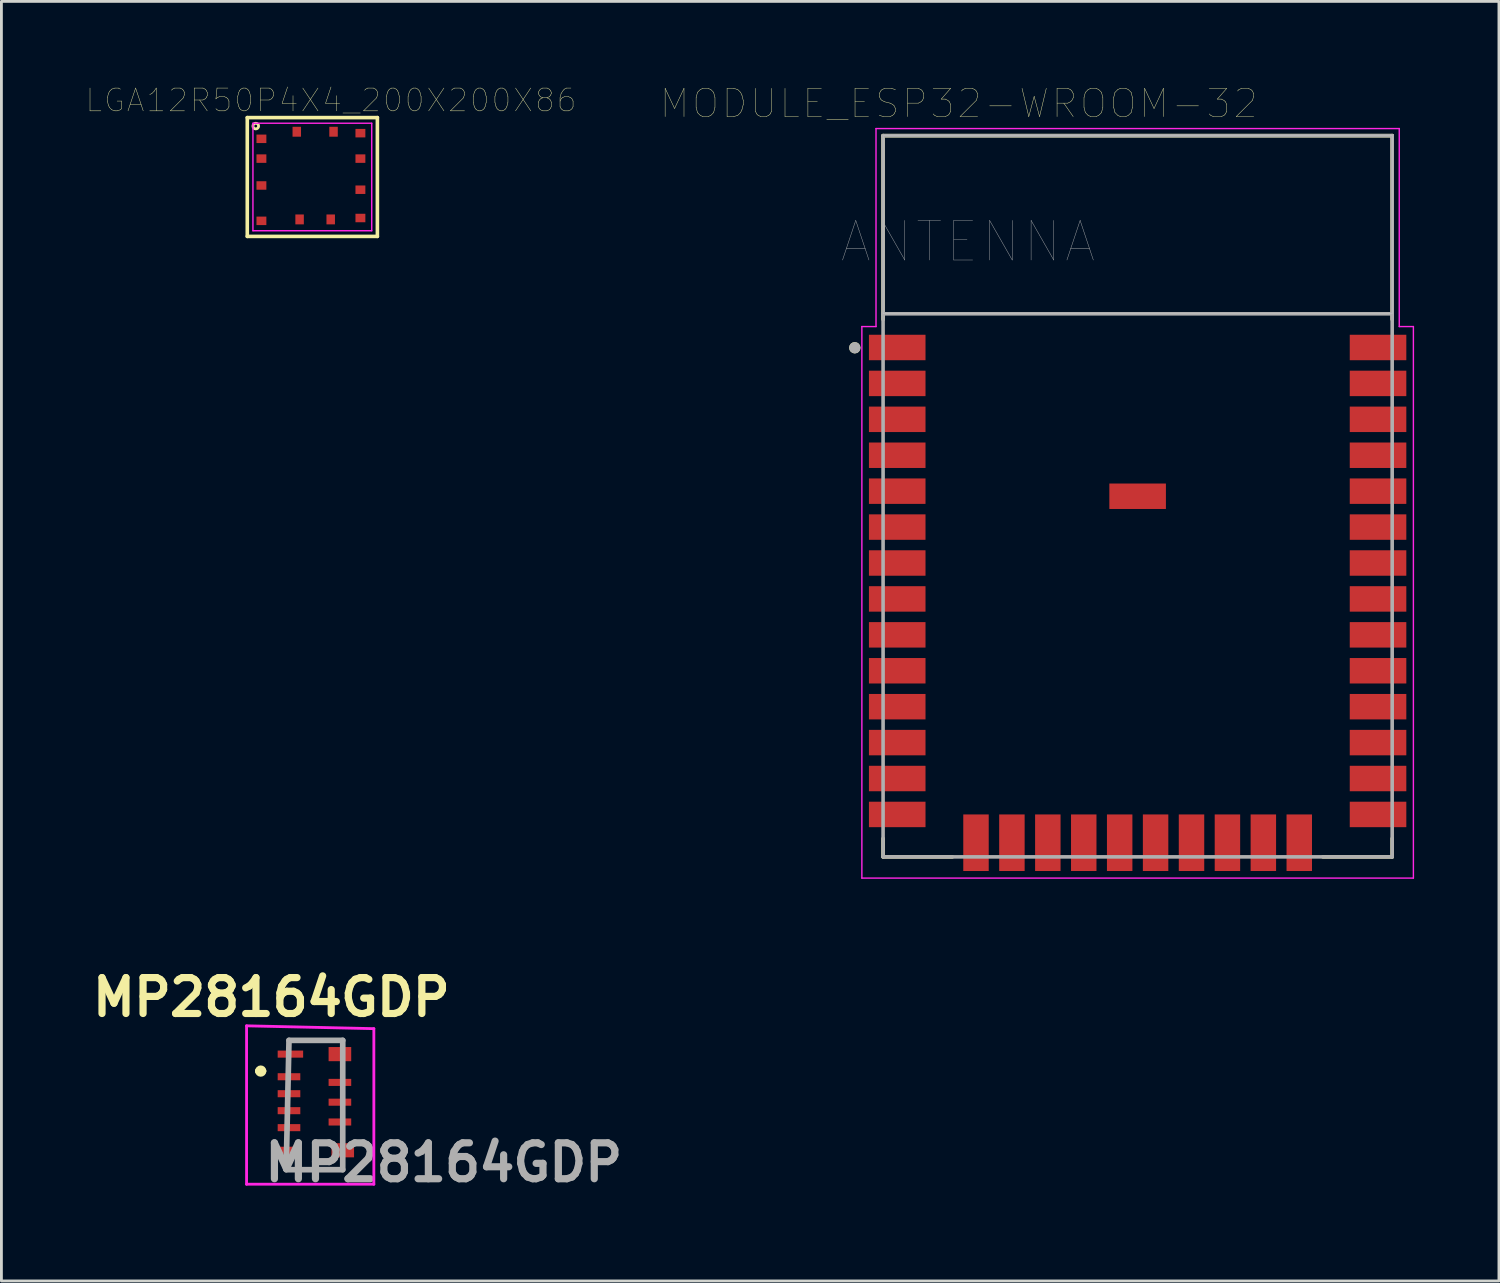
<source format=kicad_pcb>
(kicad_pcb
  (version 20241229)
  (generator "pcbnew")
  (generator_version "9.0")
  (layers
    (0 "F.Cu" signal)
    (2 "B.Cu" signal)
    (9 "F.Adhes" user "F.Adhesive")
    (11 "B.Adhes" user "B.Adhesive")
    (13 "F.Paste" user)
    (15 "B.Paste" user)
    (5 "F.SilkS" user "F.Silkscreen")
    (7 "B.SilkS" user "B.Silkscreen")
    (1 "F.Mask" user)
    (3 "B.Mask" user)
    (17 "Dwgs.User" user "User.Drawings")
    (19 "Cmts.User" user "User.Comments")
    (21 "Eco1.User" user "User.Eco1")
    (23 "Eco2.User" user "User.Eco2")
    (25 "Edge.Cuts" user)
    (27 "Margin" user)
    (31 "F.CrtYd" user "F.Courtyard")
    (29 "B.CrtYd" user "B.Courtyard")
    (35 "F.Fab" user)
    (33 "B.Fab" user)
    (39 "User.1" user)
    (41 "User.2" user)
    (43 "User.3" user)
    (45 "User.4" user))
  (footprint "LGA12R50P4X4_200X200X86"
    (layer "F.Cu")
    (at 8.193 3.108)
    (property "Reference" "LGA12R50P4X4_200X200X86" (at 0.46 -2.611 0) (layer "F.SilkS") (effects (font (size 0.806 0.806) (thickness 0.015))))
    (attr through_hole)
    (fp_poly (pts (xy -2.946 1.46) (xy -1.78 1.46) (xy -1.78 2.509) (xy -2.946 2.509)) (stroke (width 0.01) (type solid)) (fill yes) (layer "F.Mask"))
    (fp_poly (pts (xy -2.904 -0.74) (xy -1.78 -0.74) (xy -1.78 -0.4) (xy -2.904 -0.4)) (stroke (width 0.01) (type solid)) (fill yes) (layer "F.Mask"))
    (fp_poly (pts (xy -2.893 -1.44) (xy -1.78 -1.44) (xy -1.78 -1.429) (xy -2.893 -1.429)) (stroke (width 0.01) (type solid)) (fill yes) (layer "F.Mask"))
    (fp_poly (pts (xy -2.863 0.06) (xy -1.78 0.06) (xy -1.78 0.717) (xy -2.863 0.717)) (stroke (width 0.01) (type solid)) (fill yes) (layer "F.Mask"))
    (fp_poly (pts (xy -1.29 -1.69) (xy -0.53 -1.69) (xy -0.53 -1.726) (xy -1.29 -1.726)) (stroke (width 0.01) (type solid)) (fill yes) (layer "F.Mask"))
    (fp_poly (pts (xy -1.186 1.41) (xy -0.43 1.41) (xy -0.43 2.457) (xy -1.186 2.457)) (stroke (width 0.01) (type solid)) (fill yes) (layer "F.Mask"))
    (fp_poly (pts (xy 0.25 1.41) (xy 0.67 1.41) (xy 0.67 2.442) (xy 0.25 2.442)) (stroke (width 0.01) (type solid)) (fill yes) (layer "F.Mask"))
    (fp_poly (pts (xy 0.35 -1.69) (xy 0.77 -1.69) (xy 0.77 -1.72) (xy 0.35 -1.72)) (stroke (width 0.01) (type solid)) (fill yes) (layer "F.Mask"))
    (fp_poly (pts (xy 1.658 -0.74) (xy 1.72 -0.74) (xy 1.72 -0.399) (xy 1.658 -0.399)) (stroke (width 0.01) (type solid)) (fill yes) (layer "F.Mask"))
    (fp_poly (pts (xy 1.671 -1.64) (xy 1.72 -1.64) (xy 1.72 -1.638) (xy 1.671 -1.638)) (stroke (width 0.01) (type solid)) (fill yes) (layer "F.Mask"))
    (fp_poly (pts (xy 1.682 0.36) (xy 1.72 0.36) (xy 1.72 1.045) (xy 1.682 1.045)) (stroke (width 0.01) (type solid)) (fill yes) (layer "F.Mask"))
    (fp_poly (pts (xy 1.687 1.36) (xy 1.72 1.36) (xy 1.72 2.4) (xy 1.687 2.4)) (stroke (width 0.01) (type solid)) (fill yes) (layer "F.Mask"))
    (fp_line (start -2.5 -2) (end 2.1 -2) (stroke (width 0.127) (type solid)) (layer "F.SilkS"))
    (fp_line (start -2.5 2.2) (end -2.5 -2) (stroke (width 0.127) (type solid)) (layer "F.SilkS"))
    (fp_line (start 2.1 -2) (end 2.1 2.2) (stroke (width 0.127) (type solid)) (layer "F.SilkS"))
    (fp_line (start 2.1 2.2) (end -2.5 2.2) (stroke (width 0.127) (type solid)) (layer "F.SilkS"))
    (fp_circle (center -2.2 -1.7) (end -2.1 -1.7) (stroke (width 0.1) (type solid)) (fill no) (layer "F.SilkS"))
    (fp_line (start -2.3 -1.8) (end 1.9 -1.8) (stroke (width 0.05) (type solid)) (layer "F.CrtYd"))
    (fp_line (start -2.3 2) (end -2.3 -1.8) (stroke (width 0.05) (type solid)) (layer "F.CrtYd"))
    (fp_line (start 1.9 -1.8) (end 1.9 2) (stroke (width 0.05) (type solid)) (layer "F.CrtYd"))
    (fp_line (start 1.9 2) (end -2.3 2) (stroke (width 0.05) (type solid)) (layer "F.CrtYd"))
    (pad "1" smd rect (at -2 -1.25) (size 0.35 0.3) (layers "F.Cu" "F.Paste"))
    (pad "2" smd rect (at -2 -0.55) (size 0.35 0.3) (layers "F.Cu" "F.Paste"))
    (pad "3" smd rect (at -2 0.4) (size 0.35 0.3) (layers "F.Cu" "F.Paste"))
    (pad "4" smd rect (at -2 1.65) (size 0.35 0.3) (layers "F.Cu" "F.Paste"))
    (pad "5" smd rect (at -0.65 1.6) (size 0.3 0.35) (layers "F.Cu" "F.Paste"))
    (pad "6" smd rect (at 0.45 1.6) (size 0.3 0.35) (layers "F.Cu" "F.Paste"))
    (pad "7" smd rect (at 1.5 1.55) (size 0.35 0.3) (layers "F.Cu" "F.Paste"))
    (pad "8" smd rect (at 1.5 0.55) (size 0.35 0.3) (layers "F.Cu" "F.Paste"))
    (pad "9" smd rect (at 1.5 -0.55) (size 0.35 0.3) (layers "F.Cu" "F.Paste"))
    (pad "10" smd rect (at 1.5 -1.45) (size 0.35 0.3) (layers "F.Cu" "F.Paste"))
    (pad "11" smd rect (at 0.55 -1.5) (size 0.3 0.35) (layers "F.Cu" "F.Paste"))
    (pad "12" smd rect (at -0.75 -1.5) (size 0.3 0.35) (layers "F.Cu" "F.Paste")))
  (footprint "MP28164GDP"
    (layer "F.Cu")
    (at 8.068 36.02)
    (property "Reference" "MP28164GDP" (at -1.524 -3.81 0) (layer "F.SilkS") (effects (font (size 1.27 1.27) (thickness 0.254))))
    (attr smd)
    (fp_line (start -2 -1.2) (end -2 -1.2) (stroke (width 0.2) (type solid)) (layer "F.SilkS"))
    (fp_line (start -1.9 -1.2) (end -1.9 -1.2) (stroke (width 0.2) (type solid)) (layer "F.SilkS"))
    (fp_arc (start -2 -1.2) (mid -1.9 -1.3) (end -1.8 -1.2) (stroke (width 0.2) (type solid)) (layer "F.SilkS"))
    (fp_arc (start -1.8 -1.2) (mid -1.9 -1.1) (end -2 -1.2) (stroke (width 0.2) (type solid)) (layer "F.SilkS"))
    (fp_line (start -2.4 -2.8) (end 2.1 -2.7) (stroke (width 0.1) (type solid)) (layer "F.CrtYd"))
    (fp_line (start -2.4 2.8) (end -2.4 -2.8) (stroke (width 0.1) (type solid)) (layer "F.CrtYd"))
    (fp_line (start 2.1 -2.7) (end 2.1 2.8) (stroke (width 0.1) (type solid)) (layer "F.CrtYd"))
    (fp_line (start 2.1 2.8) (end -2.4 2.8) (stroke (width 0.1) (type solid)) (layer "F.CrtYd"))
    (fp_line (start -1 2.286) (end -0.9 -2.286) (stroke (width 0.2) (type solid)) (layer "F.Fab"))
    (fp_line (start -0.9 -2.286) (end 1 -2.286) (stroke (width 0.2) (type solid)) (layer "F.Fab"))
    (fp_line (start 1 -2.286) (end 1 2.286) (stroke (width 0.2) (type solid)) (layer "F.Fab"))
    (fp_line (start 1 2.286) (end -1 2.286) (stroke (width 0.2) (type solid)) (layer "F.Fab"))
    (fp_text user "${REFERENCE}" (at 4.572 2.032 0) (layer "F.Fab") (effects (font (size 1.27 1.27) (thickness 0.254))))
    (pad "1" smd rect (at -0.85 -1.8 90) (size 0.25 0.9) (layers "F.Cu" "F.Mask" "F.Paste"))
    (pad "2" smd rect (at -0.9 -1 90) (size 0.25 0.8) (layers "F.Cu" "F.Mask" "F.Paste"))
    (pad "3" smd rect (at -0.9 -0.4 90) (size 0.25 0.8) (layers "F.Cu" "F.Mask" "F.Paste"))
    (pad "4" smd rect (at -0.9 0.2 90) (size 0.25 0.8) (layers "F.Cu" "F.Mask" "F.Paste"))
    (pad "5" smd rect (at -0.9 0.8 90) (size 0.25 0.8) (layers "F.Cu" "F.Mask" "F.Paste"))
    (pad "6" smd rect (at -0.9 1.6 90) (size 0.25 0.8) (layers "F.Cu" "F.Mask" "F.Paste"))
    (pad "7" smd rect (at 1 1.6 90) (size 0.5 0.8) (layers "F.Cu" "F.Mask" "F.Paste"))
    (pad "8" smd rect (at 0.9 0.6 90) (size 0.25 0.8) (layers "F.Cu" "F.Mask" "F.Paste"))
    (pad "9" smd rect (at 0.9 -0.1 90) (size 0.25 0.8) (layers "F.Cu" "F.Mask" "F.Paste"))
    (pad "10" smd rect (at 0.9 -0.8 90) (size 0.25 0.8) (layers "F.Cu" "F.Mask" "F.Paste"))
    (pad "11" smd rect (at 0.9 -1.8 90) (size 0.5 0.8) (layers "F.Cu" "F.Mask" "F.Paste")))
  (footprint "MODULE_ESP32-WROOM-32"
    (layer "F.Cu")
    (at 37.173 14.496)
    (property "Reference" "MODULE_ESP32-WROOM-32" (at -6.325 -13.885 0) (layer "F.SilkS") (effects (font (size 1 1) (thickness 0.015))))
    (attr through_hole)
    (fp_line (start -9 -12.75) (end 9 -12.75) (stroke (width 0.127) (type solid)) (layer "F.SilkS"))
    (fp_line (start -9 -6.25) (end -9 -12.75) (stroke (width 0.127) (type solid)) (layer "F.SilkS"))
    (fp_line (start -9 12.1) (end -9 12.75) (stroke (width 0.127) (type solid)) (layer "F.SilkS"))
    (fp_line (start -9 12.75) (end -6.55 12.75) (stroke (width 0.127) (type solid)) (layer "F.SilkS"))
    (fp_line (start 6.55 12.75) (end 9 12.75) (stroke (width 0.127) (type solid)) (layer "F.SilkS"))
    (fp_line (start 9 -12.75) (end 9 -6.25) (stroke (width 0.127) (type solid)) (layer "F.SilkS"))
    (fp_line (start 9 12.75) (end 9 12.1) (stroke (width 0.127) (type solid)) (layer "F.SilkS"))
    (fp_circle (center -10 -5.25) (end -9.9 -5.25) (stroke (width 0.2) (type solid)) (fill no) (layer "F.SilkS"))
    (fp_poly (pts (xy -9 -12.75) (xy 9 -12.75) (xy 9 -6.45) (xy -9 -6.45)) (stroke (width 0.01) (type solid)) (fill no) (layer "Dwgs.User"))
    (fp_poly (pts (xy -9 -12.75) (xy 9 -12.75) (xy 9 -6.45) (xy -9 -6.45)) (stroke (width 0.01) (type solid)) (fill no) (layer "Dwgs.User"))
    (fp_line (start -9.75 -6) (end -9.25 -6) (stroke (width 0.05) (type solid)) (layer "F.CrtYd"))
    (fp_line (start -9.75 13.5) (end -9.75 -6) (stroke (width 0.05) (type solid)) (layer "F.CrtYd"))
    (fp_line (start -9.25 -13) (end 9.25 -13) (stroke (width 0.05) (type solid)) (layer "F.CrtYd"))
    (fp_line (start -9.25 -6) (end -9.25 -13) (stroke (width 0.05) (type solid)) (layer "F.CrtYd"))
    (fp_line (start 9.25 -13) (end 9.25 -6) (stroke (width 0.05) (type solid)) (layer "F.CrtYd"))
    (fp_line (start 9.25 -6) (end 9.75 -6) (stroke (width 0.05) (type solid)) (layer "F.CrtYd"))
    (fp_line (start 9.75 -6) (end 9.75 13.5) (stroke (width 0.05) (type solid)) (layer "F.CrtYd"))
    (fp_line (start 9.75 13.5) (end -9.75 13.5) (stroke (width 0.05) (type solid)) (layer "F.CrtYd"))
    (fp_line (start -9 -12.75) (end -9 -6.45) (stroke (width 0.127) (type solid)) (layer "F.Fab"))
    (fp_line (start -9 -12.75) (end 9 -12.75) (stroke (width 0.127) (type solid)) (layer "F.Fab"))
    (fp_line (start -9 -6.45) (end 9 -6.45) (stroke (width 0.127) (type solid)) (layer "F.Fab"))
    (fp_line (start -9 12.75) (end -9 -6.45) (stroke (width 0.127) (type solid)) (layer "F.Fab"))
    (fp_line (start 9 -12.75) (end 9 -6.45) (stroke (width 0.127) (type solid)) (layer "F.Fab"))
    (fp_line (start 9 -6.45) (end 9 12.75) (stroke (width 0.127) (type solid)) (layer "F.Fab"))
    (fp_line (start 9 12.75) (end -9 12.75) (stroke (width 0.127) (type solid)) (layer "F.Fab"))
    (fp_circle (center -10 -5.25) (end -9.9 -5.25) (stroke (width 0.2) (type solid)) (fill no) (layer "F.Fab"))
    (fp_text user "ANTENNA" (at -6 -9 0) (layer "F.Fab") (effects (font (size 1.4 1.4) (thickness 0.015))))
    (pad "1" smd rect (at -8.5 -5.26) (size 2 0.9) (layers "F.Cu" "F.Mask" "F.Paste"))
    (pad "2" smd rect (at -8.5 -3.99) (size 2 0.9) (layers "F.Cu" "F.Mask" "F.Paste"))
    (pad "3" smd rect (at -8.5 -2.72) (size 2 0.9) (layers "F.Cu" "F.Mask" "F.Paste"))
    (pad "4" smd rect (at -8.5 -1.45) (size 2 0.9) (layers "F.Cu" "F.Mask" "F.Paste"))
    (pad "5" smd rect (at -8.5 -0.18) (size 2 0.9) (layers "F.Cu" "F.Mask" "F.Paste"))
    (pad "6" smd rect (at -8.5 1.09) (size 2 0.9) (layers "F.Cu" "F.Mask" "F.Paste"))
    (pad "7" smd rect (at -8.5 2.36) (size 2 0.9) (layers "F.Cu" "F.Mask" "F.Paste"))
    (pad "8" smd rect (at -8.5 3.63) (size 2 0.9) (layers "F.Cu" "F.Mask" "F.Paste"))
    (pad "9" smd rect (at -8.5 4.9) (size 2 0.9) (layers "F.Cu" "F.Mask" "F.Paste"))
    (pad "10" smd rect (at -8.5 6.17) (size 2 0.9) (layers "F.Cu" "F.Mask" "F.Paste"))
    (pad "11" smd rect (at -8.5 7.44) (size 2 0.9) (layers "F.Cu" "F.Mask" "F.Paste"))
    (pad "12" smd rect (at -8.5 8.71) (size 2 0.9) (layers "F.Cu" "F.Mask" "F.Paste"))
    (pad "13" smd rect (at -8.5 9.98) (size 2 0.9) (layers "F.Cu" "F.Mask" "F.Paste"))
    (pad "14" smd rect (at -8.5 11.25) (size 2 0.9) (layers "F.Cu" "F.Mask" "F.Paste"))
    (pad "15" smd rect (at -5.715 12.25) (size 0.9 2) (layers "F.Cu" "F.Mask" "F.Paste"))
    (pad "16" smd rect (at -4.445 12.25) (size 0.9 2) (layers "F.Cu" "F.Mask" "F.Paste"))
    (pad "17" smd rect (at -3.175 12.25) (size 0.9 2) (layers "F.Cu" "F.Mask" "F.Paste"))
    (pad "18" smd rect (at -1.905 12.25) (size 0.9 2) (layers "F.Cu" "F.Mask" "F.Paste"))
    (pad "19" smd rect (at -0.635 12.25) (size 0.9 2) (layers "F.Cu" "F.Mask" "F.Paste"))
    (pad "20" smd rect (at 0.635 12.25) (size 0.9 2) (layers "F.Cu" "F.Mask" "F.Paste"))
    (pad "21" smd rect (at 1.905 12.25) (size 0.9 2) (layers "F.Cu" "F.Mask" "F.Paste"))
    (pad "22" smd rect (at 3.175 12.25) (size 0.9 2) (layers "F.Cu" "F.Mask" "F.Paste"))
    (pad "23" smd rect (at 4.445 12.25) (size 0.9 2) (layers "F.Cu" "F.Mask" "F.Paste"))
    (pad "24" smd rect (at 5.715 12.25) (size 0.9 2) (layers "F.Cu" "F.Mask" "F.Paste"))
    (pad "25" smd rect (at 8.5 11.25) (size 2 0.9) (layers "F.Cu" "F.Mask" "F.Paste"))
    (pad "26" smd rect (at 8.5 9.98) (size 2 0.9) (layers "F.Cu" "F.Mask" "F.Paste"))
    (pad "27" smd rect (at 8.5 8.71) (size 2 0.9) (layers "F.Cu" "F.Mask" "F.Paste"))
    (pad "28" smd rect (at 8.5 7.44) (size 2 0.9) (layers "F.Cu" "F.Mask" "F.Paste"))
    (pad "29" smd rect (at 8.5 6.17) (size 2 0.9) (layers "F.Cu" "F.Mask" "F.Paste"))
    (pad "30" smd rect (at 8.5 4.9) (size 2 0.9) (layers "F.Cu" "F.Mask" "F.Paste"))
    (pad "31" smd rect (at 8.5 3.63) (size 2 0.9) (layers "F.Cu" "F.Mask" "F.Paste"))
    (pad "32" smd rect (at 8.5 2.36) (size 2 0.9) (layers "F.Cu" "F.Mask" "F.Paste"))
    (pad "33" smd rect (at 8.5 1.09) (size 2 0.9) (layers "F.Cu" "F.Mask" "F.Paste"))
    (pad "34" smd rect (at 8.5 -0.18) (size 2 0.9) (layers "F.Cu" "F.Mask" "F.Paste"))
    (pad "35" smd rect (at 8.5 -1.45) (size 2 0.9) (layers "F.Cu" "F.Mask" "F.Paste"))
    (pad "36" smd rect (at 8.5 -2.72) (size 2 0.9) (layers "F.Cu" "F.Mask" "F.Paste"))
    (pad "37" smd rect (at 8.5 -3.99) (size 2 0.9) (layers "F.Cu" "F.Mask" "F.Paste"))
    (pad "38" smd rect (at 8.5 -5.26) (size 2 0.9) (layers "F.Cu" "F.Mask" "F.Paste"))
    (pad "39" smd rect (at 0 0) (size 2 0.9) (layers "F.Cu" "F.Mask" "F.Paste")))
  (gr_rect
    (start -3 -3)
    (end 49.948 42.241)
    (stroke (width 0.1) (type default))
    (fill no)
    (layer "Edge.Cuts")))
</source>
